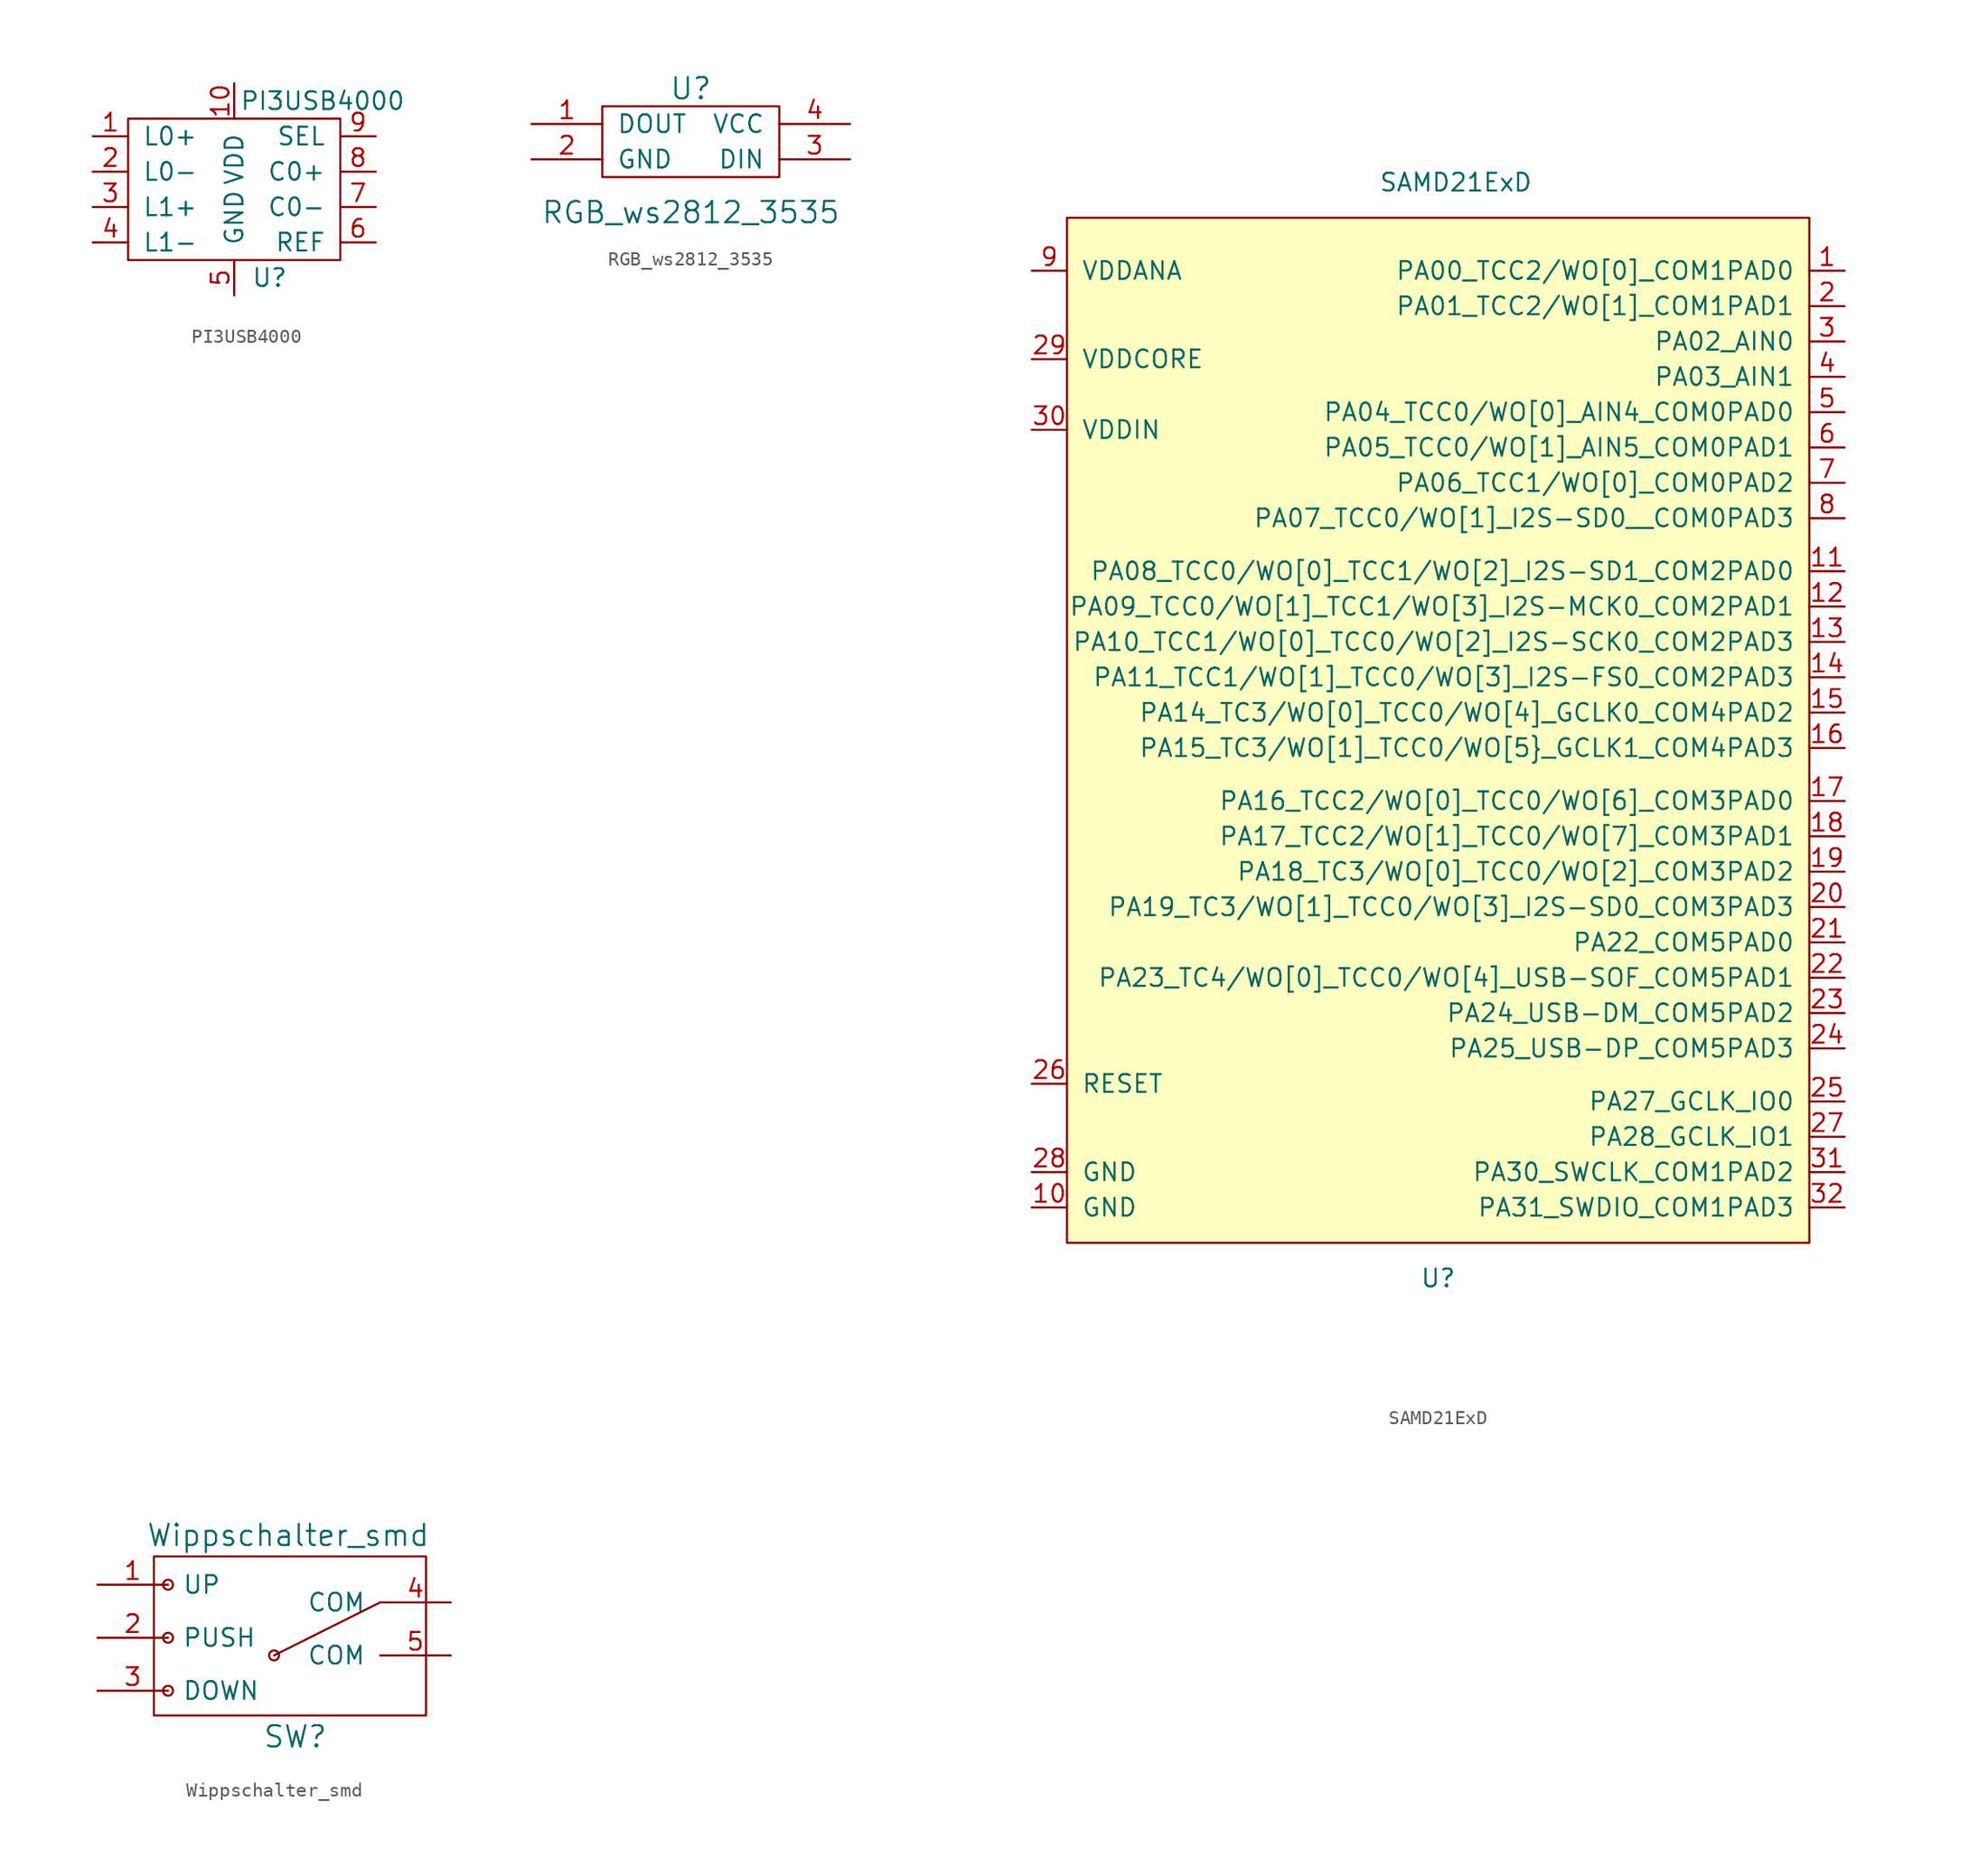
<source format=kicad_sym>
(kicad_symbol_lib
  (version 20210619)
  (generator kicad_symbol_editor)
  (symbol "nicos-parts:PI3USB4000"
    (pin_names
      (offset 1.016))
    (property "Reference" "U"
      (at 2.54 1.27 0)
      (effects (font (size 1.27 1.27))))
    (property "Value" "PI3USB4000"
      (at 6.35 13.97 0)
      (effects (font (size 1.27 1.27))))
    (symbol "PI3USB4000_0_1"
      (rectangle (start -7.62 12.7) (end 7.62 2.54) (stroke (width 0)) (fill (type none))))
    (symbol "PI3USB4000_1_1"
      (pin bidirectional line (at -10.16 11.43 0) (length 2.54) (name "L0+" (effects (font (size 1.27 1.27)))) (number "1" (effects (font (size 1.27 1.27)))))
      (pin bidirectional line (at 0 15.24 270) (length 2.54) (name "VDD" (effects (font (size 1.27 1.27)))) (number "10" (effects (font (size 1.27 1.27)))))
      (pin bidirectional line (at -10.16 8.89 0) (length 2.54) (name "L0-" (effects (font (size 1.27 1.27)))) (number "2" (effects (font (size 1.27 1.27)))))
      (pin bidirectional line (at -10.16 6.35 0) (length 2.54) (name "L1+" (effects (font (size 1.27 1.27)))) (number "3" (effects (font (size 1.27 1.27)))))
      (pin bidirectional line (at -10.16 3.81 0) (length 2.54) (name "L1-" (effects (font (size 1.27 1.27)))) (number "4" (effects (font (size 1.27 1.27)))))
      (pin bidirectional line (at 0 0 90) (length 2.54) (name "GND" (effects (font (size 1.27 1.27)))) (number "5" (effects (font (size 1.27 1.27)))))
      (pin bidirectional line (at 10.16 3.81 180) (length 2.54) (name "REF" (effects (font (size 1.27 1.27)))) (number "6" (effects (font (size 1.27 1.27)))))
      (pin bidirectional line (at 10.16 6.35 180) (length 2.54) (name "C0-" (effects (font (size 1.27 1.27)))) (number "7" (effects (font (size 1.27 1.27)))))
      (pin bidirectional line (at 10.16 8.89 180) (length 2.54) (name "C0+" (effects (font (size 1.27 1.27)))) (number "8" (effects (font (size 1.27 1.27)))))
      (pin bidirectional line (at 10.16 11.43 180) (length 2.54) (name "SEL" (effects (font (size 1.27 1.27)))) (number "9" (effects (font (size 1.27 1.27)))))))
  (symbol "nicos-parts:RGB_ws2812_3535"
    (pin_names
      (offset 1.016))
    (property "Reference" "U"
      (at 0 3.81 0)
      (effects (font (size 1.524 1.524))))
    (property "Value" "RGB_ws2812_3535"
      (at 0 -5.08 0)
      (effects (font (size 1.524 1.524))))
    (symbol "RGB_ws2812_3535_0_1"
      (rectangle (start -6.35 2.54) (end 6.35 -2.54) (stroke (width 0)) (fill (type none))))
    (symbol "RGB_ws2812_3535_1_1"
      (pin output line (at -11.43 1.27 0) (length 5.08) (name "DOUT" (effects (font (size 1.27 1.27)))) (number "1" (effects (font (size 1.27 1.27)))))
      (pin input line (at -11.43 -1.27 0) (length 5.08) (name "GND" (effects (font (size 1.27 1.27)))) (number "2" (effects (font (size 1.27 1.27)))))
      (pin input line (at 11.43 -1.27 180) (length 5.08) (name "DIN" (effects (font (size 1.27 1.27)))) (number "3" (effects (font (size 1.27 1.27)))))
      (pin input line (at 11.43 1.27 180) (length 5.08) (name "VCC" (effects (font (size 1.27 1.27)))) (number "4" (effects (font (size 1.27 1.27)))))))
  (symbol "nicos-parts:SAMD21ExD"
    (pin_names
      (offset 1.016))
    (property "Reference" "U"
      (at -17.78 -58.42 0)
      (effects (font (size 1.27 1.27))))
    (property "Value" "SAMD21ExD"
      (at -16.51 20.32 0)
      (effects (font (size 1.27 1.27))))
    (symbol "SAMD21ExD_0_1"
      (rectangle (start -44.45 17.78) (end 8.89 -55.88) (stroke (width 0)) (fill (type background))))
    (symbol "SAMD21ExD_1_1"
      (pin bidirectional line (at 11.43 13.97 180) (length 2.54) (name "PA00_TCC2/WO[0]_COM1PAD0" (effects (font (size 1.27 1.27)))) (number "1" (effects (font (size 1.27 1.27)))))
      (pin power_in line (at -46.99 -53.34 0) (length 2.54) (name "GND" (effects (font (size 1.27 1.27)))) (number "10" (effects (font (size 1.27 1.27)))))
      (pin bidirectional line (at 11.43 -7.62 180) (length 2.54) (name "PA08_TCC0/WO[0]_TCC1/WO[2]_I2S-SD1_COM2PAD0" (effects (font (size 1.27 1.27)))) (number "11" (effects (font (size 1.27 1.27)))))
      (pin bidirectional line (at 11.43 -10.16 180) (length 2.54) (name "PA09_TCC0/WO[1]_TCC1/WO[3]_I2S-MCK0_COM2PAD1" (effects (font (size 1.27 1.27)))) (number "12" (effects (font (size 1.27 1.27)))))
      (pin bidirectional line (at 11.43 -12.7 180) (length 2.54) (name "PA10_TCC1/WO[0]_TCC0/WO[2]_I2S-SCK0_COM2PAD3" (effects (font (size 1.27 1.27)))) (number "13" (effects (font (size 1.27 1.27)))))
      (pin bidirectional line (at 11.43 -15.24 180) (length 2.54) (name "PA11_TCC1/WO[1]_TCC0/WO[3]_I2S-FS0_COM2PAD3" (effects (font (size 1.27 1.27)))) (number "14" (effects (font (size 1.27 1.27)))))
      (pin bidirectional line (at 11.43 -17.78 180) (length 2.54) (name "PA14_TC3/WO[0]_TCC0/WO[4]_GCLK0_COM4PAD2" (effects (font (size 1.27 1.27)))) (number "15" (effects (font (size 1.27 1.27)))))
      (pin bidirectional line (at 11.43 -20.32 180) (length 2.54) (name "PA15_TC3/WO[1]_TCC0/WO[5}_GCLK1_COM4PAD3" (effects (font (size 1.27 1.27)))) (number "16" (effects (font (size 1.27 1.27)))))
      (pin bidirectional line (at 11.43 -24.13 180) (length 2.54) (name "PA16_TCC2/WO[0]_TCC0/WO[6]_COM3PAD0" (effects (font (size 1.27 1.27)))) (number "17" (effects (font (size 1.27 1.27)))))
      (pin bidirectional line (at 11.43 -26.67 180) (length 2.54) (name "PA17_TCC2/WO[1]_TCC0/WO[7]_COM3PAD1" (effects (font (size 1.27 1.27)))) (number "18" (effects (font (size 1.27 1.27)))))
      (pin bidirectional line (at 11.43 -29.21 180) (length 2.54) (name "PA18_TC3/WO[0]_TCC0/WO[2]_COM3PAD2" (effects (font (size 1.27 1.27)))) (number "19" (effects (font (size 1.27 1.27)))))
      (pin bidirectional line (at 11.43 11.43 180) (length 2.54) (name "PA01_TCC2/WO[1]_COM1PAD1" (effects (font (size 1.27 1.27)))) (number "2" (effects (font (size 1.27 1.27)))))
      (pin bidirectional line (at 11.43 -31.75 180) (length 2.54) (name "PA19_TC3/WO[1]_TCC0/WO[3]_I2S-SD0_COM3PAD3" (effects (font (size 1.27 1.27)))) (number "20" (effects (font (size 1.27 1.27)))))
      (pin bidirectional line (at 11.43 -34.29 180) (length 2.54) (name "PA22_COM5PAD0" (effects (font (size 1.27 1.27)))) (number "21" (effects (font (size 1.27 1.27)))))
      (pin bidirectional line (at 11.43 -36.83 180) (length 2.54) (name "PA23_TC4/WO[0]_TCC0/WO[4]_USB-SOF_COM5PAD1" (effects (font (size 1.27 1.27)))) (number "22" (effects (font (size 1.27 1.27)))))
      (pin bidirectional line (at 11.43 -39.37 180) (length 2.54) (name "PA24_USB-DM_COM5PAD2" (effects (font (size 1.27 1.27)))) (number "23" (effects (font (size 1.27 1.27)))))
      (pin bidirectional line (at 11.43 -41.91 180) (length 2.54) (name "PA25_USB-DP_COM5PAD3" (effects (font (size 1.27 1.27)))) (number "24" (effects (font (size 1.27 1.27)))))
      (pin bidirectional line (at 11.43 -45.72 180) (length 2.54) (name "PA27_GCLK_IO0" (effects (font (size 1.27 1.27)))) (number "25" (effects (font (size 1.27 1.27)))))
      (pin passive line (at -46.99 -44.45 0) (length 2.54) (name "RESET" (effects (font (size 1.27 1.27)))) (number "26" (effects (font (size 1.27 1.27)))))
      (pin bidirectional line (at 11.43 -48.26 180) (length 2.54) (name "PA28_GCLK_IO1" (effects (font (size 1.27 1.27)))) (number "27" (effects (font (size 1.27 1.27)))))
      (pin power_in line (at -46.99 -50.8 0) (length 2.54) (name "GND" (effects (font (size 1.27 1.27)))) (number "28" (effects (font (size 1.27 1.27)))))
      (pin power_in line (at -46.99 7.62 0) (length 2.54) (name "VDDCORE" (effects (font (size 1.27 1.27)))) (number "29" (effects (font (size 1.27 1.27)))))
      (pin bidirectional line (at 11.43 8.89 180) (length 2.54) (name "PA02_AIN0" (effects (font (size 1.27 1.27)))) (number "3" (effects (font (size 1.27 1.27)))))
      (pin power_in line (at -46.99 2.54 0) (length 2.54) (name "VDDIN" (effects (font (size 1.27 1.27)))) (number "30" (effects (font (size 1.27 1.27)))))
      (pin bidirectional line (at 11.43 -50.8 180) (length 2.54) (name "PA30_SWCLK_COM1PAD2" (effects (font (size 1.27 1.27)))) (number "31" (effects (font (size 1.27 1.27)))))
      (pin bidirectional line (at 11.43 -53.34 180) (length 2.54) (name "PA31_SWDIO_COM1PAD3" (effects (font (size 1.27 1.27)))) (number "32" (effects (font (size 1.27 1.27)))))
      (pin bidirectional line (at 11.43 6.35 180) (length 2.54) (name "PA03_AIN1" (effects (font (size 1.27 1.27)))) (number "4" (effects (font (size 1.27 1.27)))))
      (pin bidirectional line (at 11.43 3.81 180) (length 2.54) (name "PA04_TCC0/WO[0]_AIN4_COM0PAD0" (effects (font (size 1.27 1.27)))) (number "5" (effects (font (size 1.27 1.27)))))
      (pin bidirectional line (at 11.43 1.27 180) (length 2.54) (name "PA05_TCC0/WO[1]_AIN5_COM0PAD1" (effects (font (size 1.27 1.27)))) (number "6" (effects (font (size 1.27 1.27)))))
      (pin bidirectional line (at 11.43 -1.27 180) (length 2.54) (name "PA06_TCC1/WO[0]_COM0PAD2" (effects (font (size 1.27 1.27)))) (number "7" (effects (font (size 1.27 1.27)))))
      (pin bidirectional line (at 11.43 -3.81 180) (length 2.54) (name "PA07_TCC0/WO[1]_I2S-SD0__COM0PAD3" (effects (font (size 1.27 1.27)))) (number "8" (effects (font (size 1.27 1.27)))))
      (pin power_in line (at -46.99 13.97 0) (length 2.54) (name "VDDANA" (effects (font (size 1.27 1.27)))) (number "9" (effects (font (size 1.27 1.27)))))))
  (symbol "nicos-parts:Wippschalter_smd"
    (pin_names
      (offset 1.016))
    (property "Reference" "SW"
      (at -3.556 -0.762 0)
      (effects (font (size 1.524 1.524))))
    (property "Value" "Wippschalter_smd"
      (at -4.064 13.716 0)
      (effects (font (size 1.524 1.524))))
    (symbol "Wippschalter_smd_0_1"
      (circle (center -12.7 2.54) (radius 0.356) (stroke (width 0)) (fill (type none)))
      (circle (center -12.7 6.35) (radius 0.356) (stroke (width 0)) (fill (type none)))
      (circle (center -12.7 10.16) (radius 0.356) (stroke (width 0)) (fill (type none)))
      (circle (center -5.08 5.08) (radius 0.356) (stroke (width 0)) (fill (type none)))
      (rectangle (start -13.716 12.192) (end 5.842 0.762) (stroke (width 0)) (fill (type none)))
      (polyline (pts (xy 2.54 8.89) (xy -5.08 5.08)) (stroke (width 0)) (fill (type none))))
    (symbol "Wippschalter_smd_1_1"
      (pin input line (at -17.78 10.16 0) (length 5.08) (name "UP" (effects (font (size 1.27 1.27)))) (number "1" (effects (font (size 1.27 1.27)))))
      (pin input line (at -17.78 6.35 0) (length 5.08) (name "PUSH" (effects (font (size 1.27 1.27)))) (number "2" (effects (font (size 1.27 1.27)))))
      (pin input line (at -17.78 2.54 0) (length 5.08) (name "DOWN" (effects (font (size 1.27 1.27)))) (number "3" (effects (font (size 1.27 1.27)))))
      (pin input line (at 7.62 8.89 180) (length 5.08) (name "COM" (effects (font (size 1.27 1.27)))) (number "4" (effects (font (size 1.27 1.27)))))
      (pin input line (at 7.62 5.08 180) (length 5.08) (name "COM" (effects (font (size 1.27 1.27)))) (number "5" (effects (font (size 1.27 1.27))))))))
</source>
